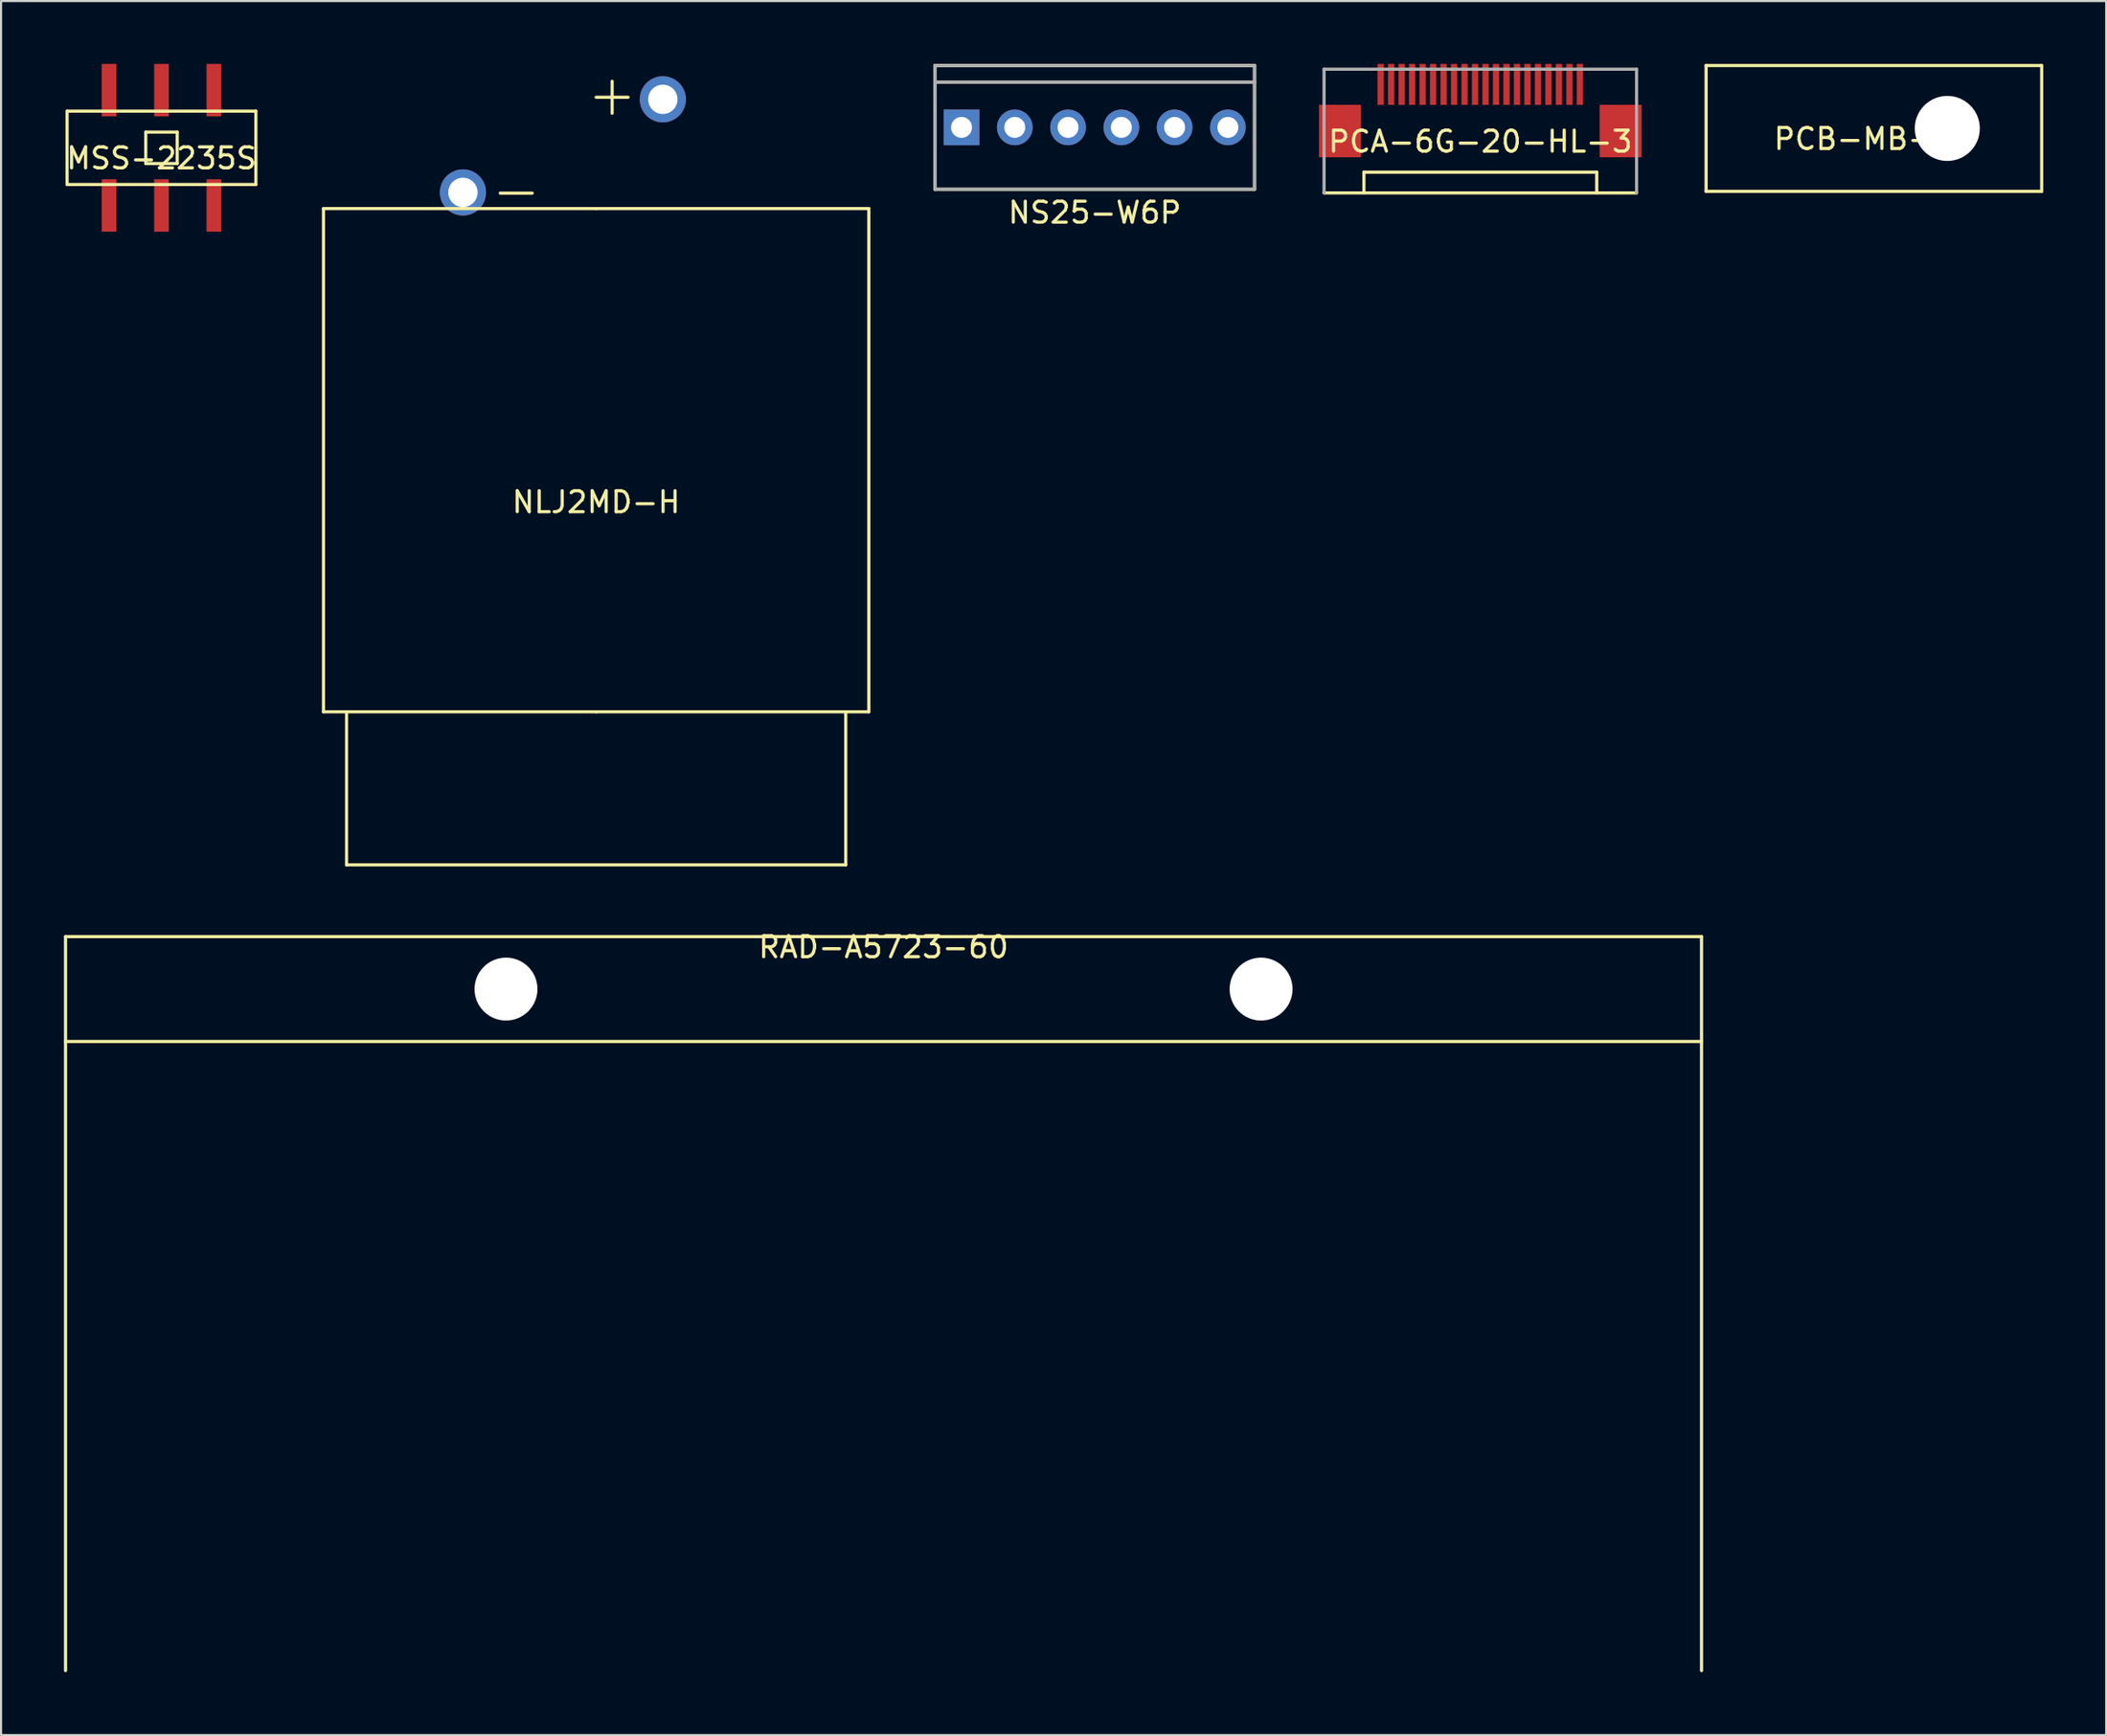
<source format=kicad_pcb>
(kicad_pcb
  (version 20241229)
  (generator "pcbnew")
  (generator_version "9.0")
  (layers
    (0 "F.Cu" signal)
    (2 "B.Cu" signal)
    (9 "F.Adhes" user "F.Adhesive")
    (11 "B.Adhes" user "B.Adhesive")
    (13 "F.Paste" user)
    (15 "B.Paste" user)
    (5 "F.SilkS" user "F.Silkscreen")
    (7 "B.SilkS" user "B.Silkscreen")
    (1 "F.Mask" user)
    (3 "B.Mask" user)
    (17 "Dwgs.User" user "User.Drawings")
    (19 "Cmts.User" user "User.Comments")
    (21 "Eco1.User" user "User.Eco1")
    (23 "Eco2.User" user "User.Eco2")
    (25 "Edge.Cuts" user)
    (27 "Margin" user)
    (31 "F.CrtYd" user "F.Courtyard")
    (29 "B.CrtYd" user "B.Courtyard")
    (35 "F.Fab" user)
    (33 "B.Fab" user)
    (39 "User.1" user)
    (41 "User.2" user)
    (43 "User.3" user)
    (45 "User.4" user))
  (footprint "NLJ2MD-H"
    (layer "F.Cu")
    (at 25.373 30.897)
    (property "Reference" "NLJ2MD-H" (at 0 -10 0) (layer "F.SilkS") (effects (font (size 1 1) (thickness 0.15))))
    (attr through_hole)
    (fp_line (start -13 -24) (end -13 0) (stroke (width 0.15) (type solid)) (layer "F.SilkS"))
    (fp_line (start -13 0) (end 0 0) (stroke (width 0.15) (type solid)) (layer "F.SilkS"))
    (fp_line (start -11.9 0) (end -11.9 7.3) (stroke (width 0.15) (type solid)) (layer "F.SilkS"))
    (fp_line (start -11.9 7.3) (end 11.9 7.3) (stroke (width 0.15) (type solid)) (layer "F.SilkS"))
    (fp_line (start 0 -24) (end -13 -24) (stroke (width 0.15) (type solid)) (layer "F.SilkS"))
    (fp_line (start 0 0) (end 13 0) (stroke (width 0.15) (type solid)) (layer "F.SilkS"))
    (fp_line (start 11.9 7.3) (end 11.9 0) (stroke (width 0.15) (type solid)) (layer "F.SilkS"))
    (fp_line (start 13 -24) (end 0 -24) (stroke (width 0.15) (type solid)) (layer "F.SilkS"))
    (fp_line (start 13 0) (end 13 -24) (stroke (width 0.15) (type solid)) (layer "F.SilkS"))
    (fp_text user "+" (at 0.762 -29.464 0) (layer "F.SilkS") (effects (font (size 2 2) (thickness 0.15))))
    (fp_text user "-" (at -3.81 -24.892 0) (layer "F.SilkS") (effects (font (size 2 2) (thickness 0.15))))
    (pad "1" thru_hole circle (at 3.18 -29.21) (size 2.2 2.2) (drill 1.4) (layers "*.Cu" "*.Mask"))
    (pad "2" thru_hole circle (at -6.35 -24.77) (size 2.2 2.2) (drill 1.4) (layers "*.Cu" "*.Mask")))
  (footprint "RAD-A5723-60"
    (layer "F.Cu")
    (at 39.075 41.62)
    (property "Reference" "RAD-A5723-60" (at 0 0.5 0) (layer "F.SilkS") (effects (font (size 1 1) (thickness 0.15))))
    (attr through_hole)
    (fp_line (start -39 0) (end 39 0) (stroke (width 0.15) (type solid)) (layer "F.SilkS"))
    (fp_line (start -39 5) (end -39 0) (stroke (width 0.15) (type solid)) (layer "F.SilkS"))
    (fp_line (start -39 5) (end -39 35) (stroke (width 0.15) (type solid)) (layer "F.SilkS"))
    (fp_line (start 39 0) (end 39 5) (stroke (width 0.15) (type solid)) (layer "F.SilkS"))
    (fp_line (start 39 5) (end -39 5) (stroke (width 0.15) (type solid)) (layer "F.SilkS"))
    (fp_line (start 39 5) (end 39 35) (stroke (width 0.15) (type solid)) (layer "F.SilkS"))
    (pad "" np_thru_hole circle (at -18 2.5) (size 3 3) (drill 3) (layers "*.Cu" "*.Mask"))
    (pad "" np_thru_hole circle (at 18 2.5) (size 3 3) (drill 3) (layers "*.Cu" "*.Mask")))
  (footprint "NS25-W6P"
    (layer "F.Cu")
    (at 49.143 3.025)
    (property "Reference" "NS25-W6P" (at 0 4.064 0) (layer "F.SilkS") (effects (font (size 1 1) (thickness 0.15))))
    (attr through_hole)
    (fp_line (start -7.62 -2.95) (end -7.62 2.95) (stroke (width 0.15) (type solid)) (layer "F.SilkS"))
    (fp_line (start -7.62 -2.95) (end 7.62 -2.95) (stroke (width 0.15) (type solid)) (layer "F.SilkS"))
    (fp_line (start -7.62 -2.15) (end 7.62 -2.15) (stroke (width 0.15) (type solid)) (layer "F.SilkS"))
    (fp_line (start -7.62 2.95) (end 7.62 2.95) (stroke (width 0.15) (type solid)) (layer "F.SilkS"))
    (fp_line (start 7.62 -2.95) (end 7.62 2.95) (stroke (width 0.15) (type solid)) (layer "F.SilkS"))
    (fp_line (start -7.62 -2.95) (end 7.62 -2.95) (stroke (width 0.15) (type solid)) (layer "F.Fab"))
    (fp_line (start -7.62 -2.15) (end 7.62 -2.15) (stroke (width 0.15) (type solid)) (layer "F.Fab"))
    (fp_line (start -7.62 2.95) (end -7.62 -2.95) (stroke (width 0.15) (type solid)) (layer "F.Fab"))
    (fp_line (start 7.62 -2.95) (end 7.62 2.95) (stroke (width 0.15) (type solid)) (layer "F.Fab"))
    (fp_line (start 7.62 2.95) (end -7.62 2.95) (stroke (width 0.15) (type solid)) (layer "F.Fab"))
    (pad "1" thru_hole rect (at -6.35 0) (size 1.7 1.7) (drill 1) (layers "*.Cu" "*.Mask"))
    (pad "2" thru_hole oval (at -3.81 0) (size 1.7 1.7) (drill 1) (layers "*.Cu" "*.Mask"))
    (pad "3" thru_hole oval (at -1.27 0) (size 1.7 1.7) (drill 1) (layers "*.Cu" "*.Mask"))
    (pad "4" thru_hole oval (at 1.27 0) (size 1.7 1.7) (drill 1) (layers "*.Cu" "*.Mask"))
    (pad "5" thru_hole oval (at 3.81 0) (size 1.7 1.7) (drill 1) (layers "*.Cu" "*.Mask"))
    (pad "6" thru_hole oval (at 6.35 0) (size 1.7 1.7) (drill 1) (layers "*.Cu" "*.Mask")))
  (footprint "MSS-2235S"
    (layer "F.Cu")
    (at 4.649 4)
    (property "Reference" "MSS-2235S" (at 0 0.5 0) (layer "F.SilkS") (effects (font (size 1 1) (thickness 0.15))))
    (attr through_hole)
    (fp_line (start -4.5 -1.75) (end 4.5 -1.75) (stroke (width 0.15) (type solid)) (layer "F.SilkS"))
    (fp_line (start -4.5 1.75) (end -4.5 -1.75) (stroke (width 0.15) (type solid)) (layer "F.SilkS"))
    (fp_line (start -0.75 -0.75) (end -0.75 0.75) (stroke (width 0.15) (type solid)) (layer "F.SilkS"))
    (fp_line (start -0.75 0.75) (end 0.75 0.75) (stroke (width 0.15) (type solid)) (layer "F.SilkS"))
    (fp_line (start 0.75 -0.75) (end -0.75 -0.75) (stroke (width 0.15) (type solid)) (layer "F.SilkS"))
    (fp_line (start 0.75 0.75) (end 0.75 -0.75) (stroke (width 0.15) (type solid)) (layer "F.SilkS"))
    (fp_line (start 4.5 -1.75) (end 4.5 1.75) (stroke (width 0.15) (type solid)) (layer "F.SilkS"))
    (fp_line (start 4.5 1.75) (end -4.5 1.75) (stroke (width 0.15) (type solid)) (layer "F.SilkS"))
    (pad "" smd rect (at 2.5 -2.75) (size 0.7 2.5) (layers "F.Cu" "F.Mask" "F.Paste"))
    (pad "" smd rect (at 2.5 2.75) (size 0.7 2.5) (layers "F.Cu" "F.Mask" "F.Paste"))
    (pad "1" smd rect (at -2.5 2.75) (size 0.7 2.5) (layers "F.Cu" "F.Mask" "F.Paste"))
    (pad "2" smd rect (at 0 2.75) (size 0.7 2.5) (layers "F.Cu" "F.Mask" "F.Paste"))
    (pad "3" smd rect (at -2.5 -2.75) (size 0.7 2.5) (layers "F.Cu" "F.Mask" "F.Paste"))
    (pad "4" smd rect (at 0 -2.75) (size 0.7 2.5) (layers "F.Cu" "F.Mask" "F.Paste")))
  (footprint "PCA-6G-20-HL-3"
    (layer "F.Cu")
    (at 67.528 3.2)
    (property "Reference" "PCA-6G-20-HL-3" (at 0 0.5 0) (layer "F.SilkS") (effects (font (size 1 1) (thickness 0.15))))
    (attr through_hole)
    (fp_line (start -5.55 1.96) (end -5.55 2.94) (stroke (width 0.15) (type solid)) (layer "F.SilkS"))
    (fp_line (start 5.55 1.96) (end -5.55 1.96) (stroke (width 0.15) (type solid)) (layer "F.SilkS"))
    (fp_line (start 5.55 2.94) (end 5.55 1.96) (stroke (width 0.15) (type solid)) (layer "F.SilkS"))
    (fp_line (start 7.45 2.95) (end -7.45 2.95) (stroke (width 0.15) (type solid)) (layer "F.SilkS"))
    (fp_line (start -7.45 -2.95) (end 7.45 -2.95) (stroke (width 0.15) (type solid)) (layer "F.Fab"))
    (fp_line (start -7.45 2.95) (end -7.45 -2.95) (stroke (width 0.15) (type solid)) (layer "F.Fab"))
    (fp_line (start 7.45 -2.95) (end 7.45 2.95) (stroke (width 0.15) (type solid)) (layer "F.Fab"))
    (pad "0" smd rect (at -6.69 0) (size 2 2.5) (layers "F.Cu" "F.Mask" "F.Paste"))
    (pad "0" smd rect (at 6.69 0) (size 2 2.5) (layers "F.Cu" "F.Mask" "F.Paste"))
    (pad "1" smd rect (at -4.75 -2.225) (size 0.3 1.95) (layers "F.Cu" "F.Mask" "F.Paste"))
    (pad "2" smd rect (at -4.25 -2.225) (size 0.3 1.95) (layers "F.Cu" "F.Mask" "F.Paste"))
    (pad "3" smd rect (at -3.75 -2.225) (size 0.3 1.95) (layers "F.Cu" "F.Mask" "F.Paste"))
    (pad "4" smd rect (at -3.25 -2.225) (size 0.3 1.95) (layers "F.Cu" "F.Mask" "F.Paste"))
    (pad "5" smd rect (at -2.75 -2.225) (size 0.3 1.95) (layers "F.Cu" "F.Mask" "F.Paste"))
    (pad "6" smd rect (at -2.25 -2.225) (size 0.3 1.95) (layers "F.Cu" "F.Mask" "F.Paste"))
    (pad "7" smd rect (at -1.75 -2.225) (size 0.3 1.95) (layers "F.Cu" "F.Mask" "F.Paste"))
    (pad "8" smd rect (at -1.25 -2.225) (size 0.3 1.95) (layers "F.Cu" "F.Mask" "F.Paste"))
    (pad "9" smd rect (at -0.75 -2.225) (size 0.3 1.95) (layers "F.Cu" "F.Mask" "F.Paste"))
    (pad "10" smd rect (at -0.25 -2.225) (size 0.3 1.95) (layers "F.Cu" "F.Mask" "F.Paste"))
    (pad "11" smd rect (at 0.25 -2.225) (size 0.3 1.95) (layers "F.Cu" "F.Mask" "F.Paste"))
    (pad "12" smd rect (at 0.75 -2.225) (size 0.3 1.95) (layers "F.Cu" "F.Mask" "F.Paste"))
    (pad "13" smd rect (at 1.25 -2.225) (size 0.3 1.95) (layers "F.Cu" "F.Mask" "F.Paste"))
    (pad "14" smd rect (at 1.75 -2.225) (size 0.3 1.95) (layers "F.Cu" "F.Mask" "F.Paste"))
    (pad "15" smd rect (at 2.25 -2.225) (size 0.3 1.95) (layers "F.Cu" "F.Mask" "F.Paste"))
    (pad "16" smd rect (at 2.75 -2.225) (size 0.3 1.95) (layers "F.Cu" "F.Mask" "F.Paste"))
    (pad "17" smd rect (at 3.25 -2.225) (size 0.3 1.95) (layers "F.Cu" "F.Mask" "F.Paste"))
    (pad "18" smd rect (at 3.75 -2.225) (size 0.3 1.95) (layers "F.Cu" "F.Mask" "F.Paste"))
    (pad "19" smd rect (at 4.25 -2.225) (size 0.3 1.95) (layers "F.Cu" "F.Mask" "F.Paste"))
    (pad "20" smd rect (at 4.75 -2.225) (size 0.3 1.95) (layers "F.Cu" "F.Mask" "F.Paste")))
  (footprint "PCB-MB-01"
    (layer "F.Cu")
    (at 86.293 3.075)
    (property "Reference" "PCB-MB-01" (at 0 0.5 0) (layer "F.SilkS") (effects (font (size 1 1) (thickness 0.15))))
    (attr through_hole)
    (fp_line (start -8 -3) (end 8 -3) (stroke (width 0.15) (type solid)) (layer "F.SilkS"))
    (fp_line (start -8 3) (end -8 -3) (stroke (width 0.15) (type solid)) (layer "F.SilkS"))
    (fp_line (start 8 -3) (end 8 3) (stroke (width 0.15) (type solid)) (layer "F.SilkS"))
    (fp_line (start 8 3) (end -8 3) (stroke (width 0.15) (type solid)) (layer "F.SilkS"))
    (pad "" np_thru_hole circle (at 3.5 0) (size 3.1 3.1) (drill 3.1) (layers "*.Cu" "*.Mask")))
  (gr_rect
    (start -3 -3)
    (end 97.368 79.695)
    (stroke (width 0.1) (type default))
    (fill no)
    (layer "Edge.Cuts")))
</source>
